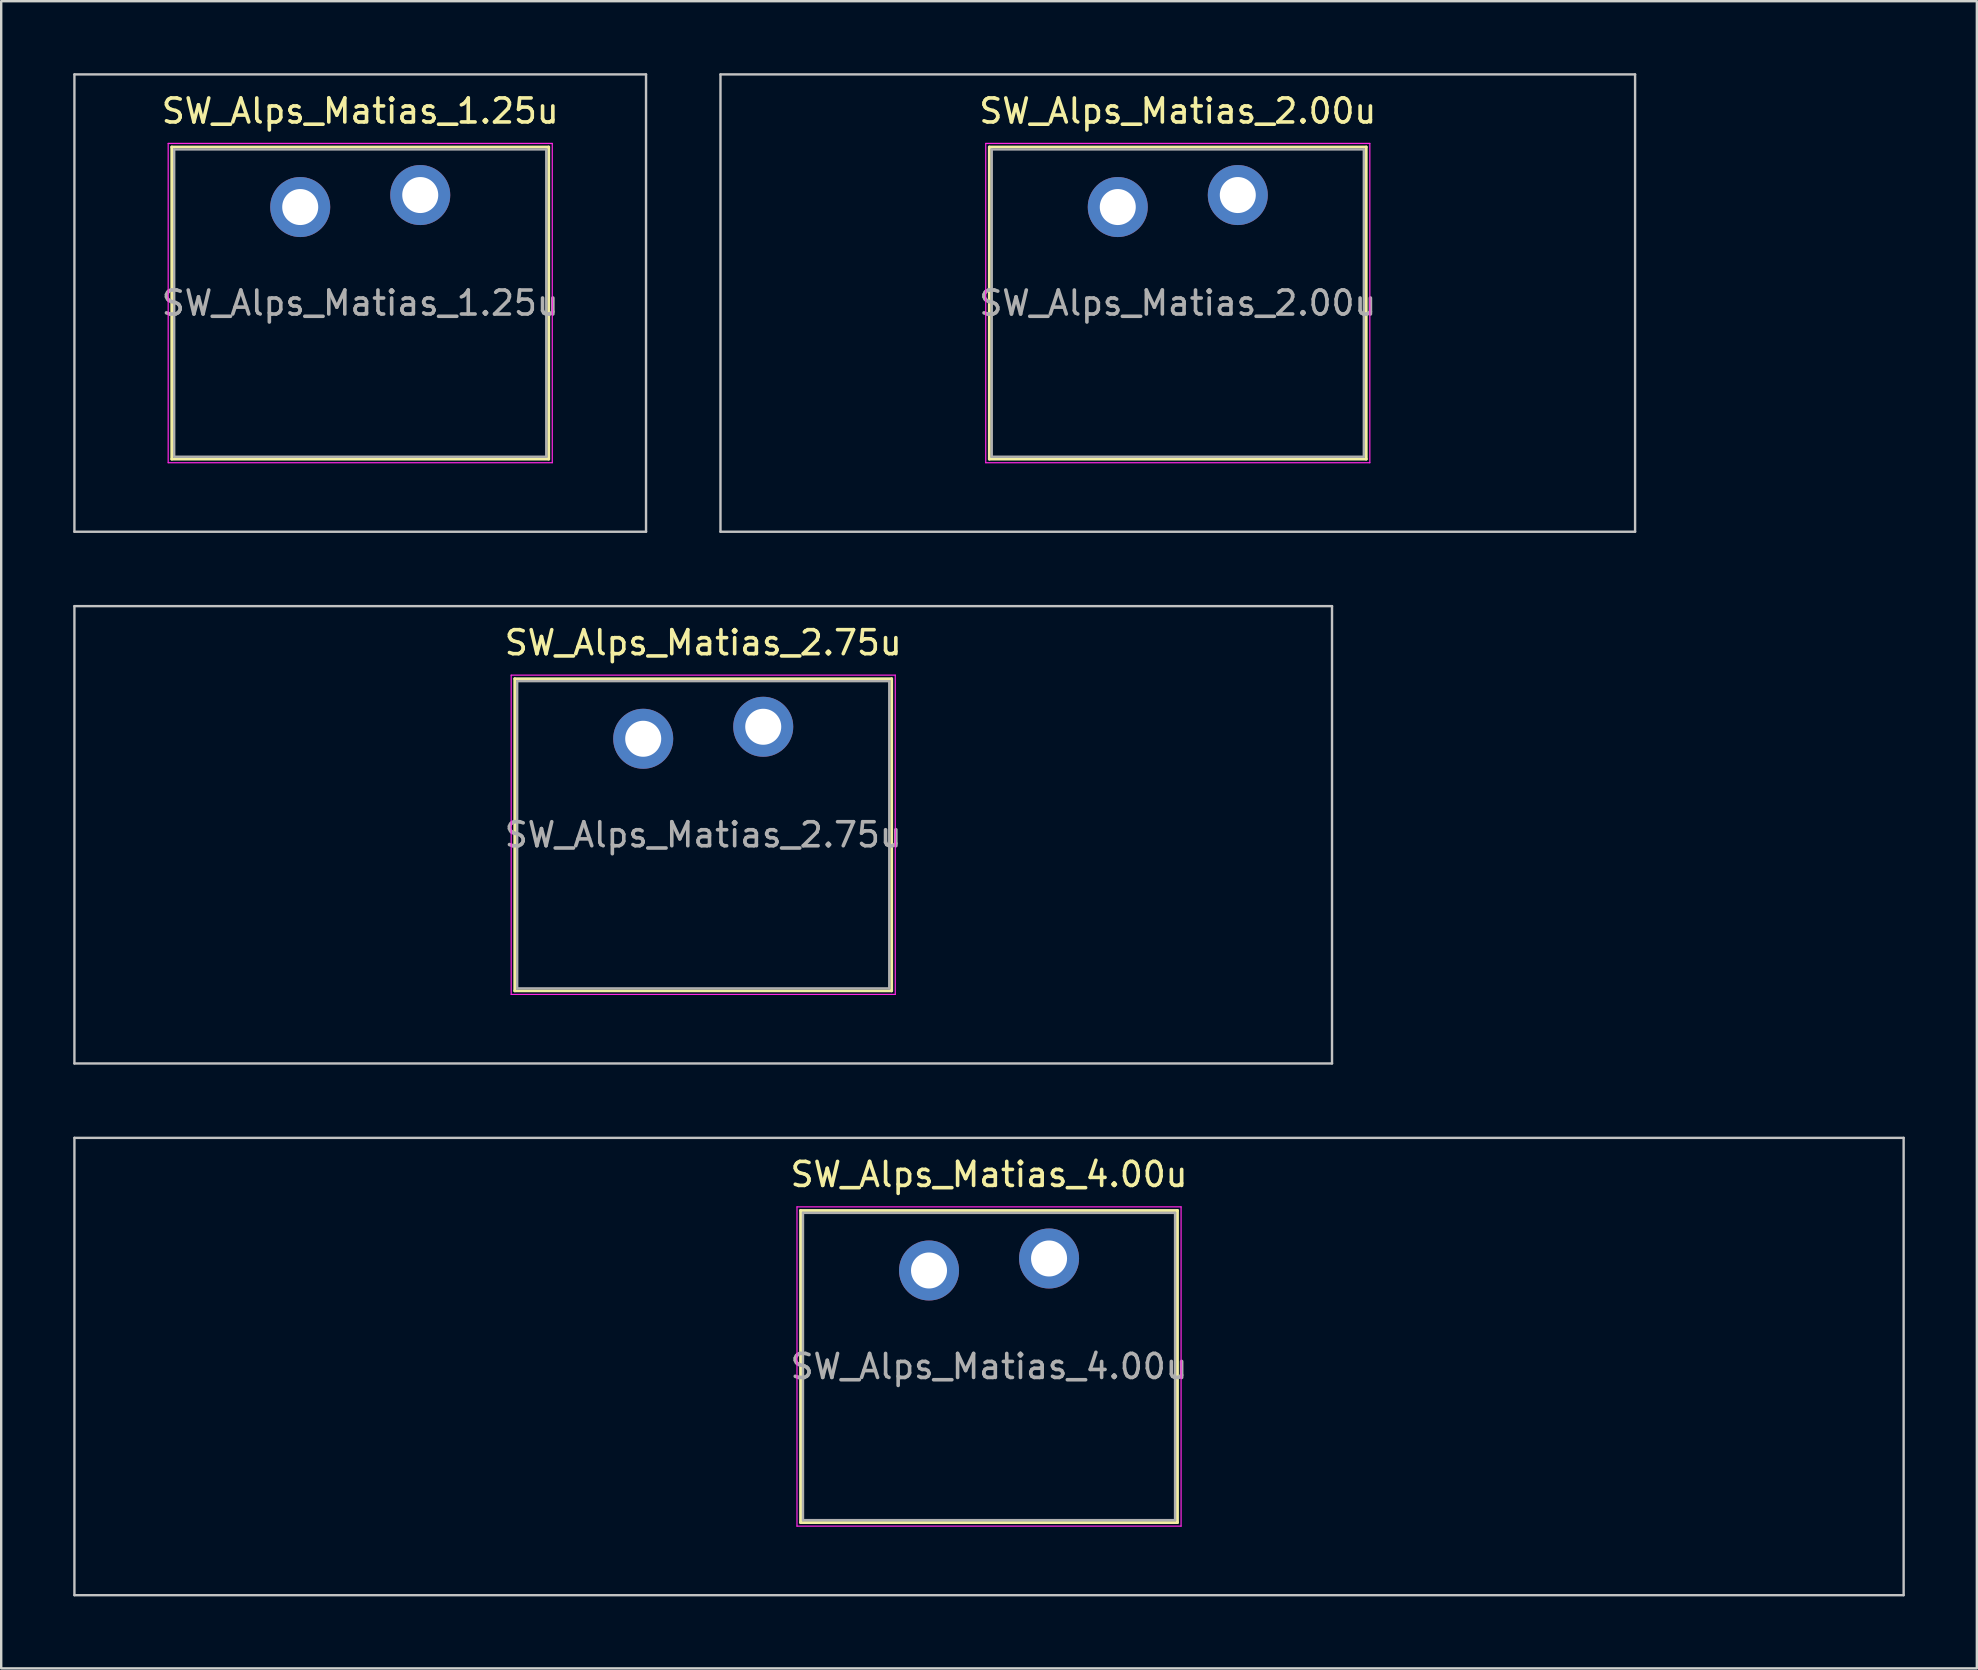
<source format=kicad_pcb>
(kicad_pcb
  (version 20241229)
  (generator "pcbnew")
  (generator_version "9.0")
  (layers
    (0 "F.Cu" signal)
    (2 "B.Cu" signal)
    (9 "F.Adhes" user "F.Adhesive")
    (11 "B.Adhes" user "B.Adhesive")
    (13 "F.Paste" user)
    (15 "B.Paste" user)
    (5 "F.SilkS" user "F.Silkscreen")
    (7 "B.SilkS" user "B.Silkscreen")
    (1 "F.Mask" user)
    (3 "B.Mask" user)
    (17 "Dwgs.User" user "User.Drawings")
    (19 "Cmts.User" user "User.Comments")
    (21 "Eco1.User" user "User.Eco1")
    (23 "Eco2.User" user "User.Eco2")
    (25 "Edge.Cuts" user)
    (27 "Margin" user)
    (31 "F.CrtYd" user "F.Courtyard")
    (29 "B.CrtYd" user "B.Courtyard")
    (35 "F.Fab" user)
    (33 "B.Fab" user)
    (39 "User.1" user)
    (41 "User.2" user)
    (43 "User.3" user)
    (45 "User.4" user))
  (footprint "SW_Alps_Matias_2.75u"
    (layer "F.Cu")
    (at 26.244 31.725)
    (property "Reference" "SW_Alps_Matias_2.75u" (at 0 -8 0) (layer "F.SilkS") (effects (font (size 1 1) (thickness 0.15))))
    (attr through_hole)
    (fp_line (start -7.85 -6.5) (end -7.85 6.5) (stroke (width 0.12) (type solid)) (layer "F.SilkS"))
    (fp_line (start -7.85 6.5) (end 7.85 6.5) (stroke (width 0.12) (type solid)) (layer "F.SilkS"))
    (fp_line (start 7.85 -6.5) (end -7.85 -6.5) (stroke (width 0.12) (type solid)) (layer "F.SilkS"))
    (fp_line (start 7.85 6.5) (end 7.85 -6.5) (stroke (width 0.12) (type solid)) (layer "F.SilkS"))
    (fp_line (start -26.194 -9.525) (end -26.194 9.525) (stroke (width 0.1) (type solid)) (layer "Dwgs.User"))
    (fp_line (start -26.194 9.525) (end 26.194 9.525) (stroke (width 0.1) (type solid)) (layer "Dwgs.User"))
    (fp_line (start 26.194 -9.525) (end -26.194 -9.525) (stroke (width 0.1) (type solid)) (layer "Dwgs.User"))
    (fp_line (start 26.194 9.525) (end 26.194 -9.525) (stroke (width 0.1) (type solid)) (layer "Dwgs.User"))
    (fp_line (start -7.75 -6.4) (end -7.75 6.4) (stroke (width 0.1) (type solid)) (layer "Eco1.User"))
    (fp_line (start -7.75 6.4) (end 7.75 6.4) (stroke (width 0.1) (type solid)) (layer "Eco1.User"))
    (fp_line (start 7.75 -6.4) (end -7.75 -6.4) (stroke (width 0.1) (type solid)) (layer "Eco1.User"))
    (fp_line (start 7.75 6.4) (end 7.75 -6.4) (stroke (width 0.1) (type solid)) (layer "Eco1.User"))
    (fp_line (start -8 -6.65) (end -8 6.65) (stroke (width 0.05) (type solid)) (layer "F.CrtYd"))
    (fp_line (start -8 6.65) (end 8 6.65) (stroke (width 0.05) (type solid)) (layer "F.CrtYd"))
    (fp_line (start 8 -6.65) (end -8 -6.65) (stroke (width 0.05) (type solid)) (layer "F.CrtYd"))
    (fp_line (start 8 6.65) (end 8 -6.65) (stroke (width 0.05) (type solid)) (layer "F.CrtYd"))
    (fp_line (start -7.75 -6.4) (end -7.75 6.4) (stroke (width 0.1) (type solid)) (layer "F.Fab"))
    (fp_line (start -7.75 6.4) (end 7.75 6.4) (stroke (width 0.1) (type solid)) (layer "F.Fab"))
    (fp_line (start 7.75 -6.4) (end -7.75 -6.4) (stroke (width 0.1) (type solid)) (layer "F.Fab"))
    (fp_line (start 7.75 6.4) (end 7.75 -6.4) (stroke (width 0.1) (type solid)) (layer "F.Fab"))
    (fp_text user "${REFERENCE}" (at 0 0 0) (layer "F.Fab") (effects (font (size 1 1) (thickness 0.15))))
    (pad "" smd circle (at -2.5 -4) (size 1.55 1.55) (layers "F.Mask"))
    (pad "" smd circle (at 2.5 -4.5) (size 1.55 1.55) (layers "F.Mask"))
    (pad "1" thru_hole circle (at -2.5 -4) (size 2.5 2.5) (drill 1.5) (layers "*.Cu" "B.Mask"))
    (pad "2" thru_hole circle (at 2.5 -4.5) (size 2.5 2.5) (drill 1.5) (layers "*.Cu" "B.Mask")))
  (footprint "SW_Alps_Matias_2.00u"
    (layer "F.Cu")
    (at 46.013 9.575)
    (property "Reference" "SW_Alps_Matias_2.00u" (at 0 -8 0) (layer "F.SilkS") (effects (font (size 1 1) (thickness 0.15))))
    (attr through_hole)
    (fp_line (start -7.85 -6.5) (end -7.85 6.5) (stroke (width 0.12) (type solid)) (layer "F.SilkS"))
    (fp_line (start -7.85 6.5) (end 7.85 6.5) (stroke (width 0.12) (type solid)) (layer "F.SilkS"))
    (fp_line (start 7.85 -6.5) (end -7.85 -6.5) (stroke (width 0.12) (type solid)) (layer "F.SilkS"))
    (fp_line (start 7.85 6.5) (end 7.85 -6.5) (stroke (width 0.12) (type solid)) (layer "F.SilkS"))
    (fp_line (start -19.05 -9.525) (end -19.05 9.525) (stroke (width 0.1) (type solid)) (layer "Dwgs.User"))
    (fp_line (start -19.05 9.525) (end 19.05 9.525) (stroke (width 0.1) (type solid)) (layer "Dwgs.User"))
    (fp_line (start 19.05 -9.525) (end -19.05 -9.525) (stroke (width 0.1) (type solid)) (layer "Dwgs.User"))
    (fp_line (start 19.05 9.525) (end 19.05 -9.525) (stroke (width 0.1) (type solid)) (layer "Dwgs.User"))
    (fp_line (start -7.75 -6.4) (end -7.75 6.4) (stroke (width 0.1) (type solid)) (layer "Eco1.User"))
    (fp_line (start -7.75 6.4) (end 7.75 6.4) (stroke (width 0.1) (type solid)) (layer "Eco1.User"))
    (fp_line (start 7.75 -6.4) (end -7.75 -6.4) (stroke (width 0.1) (type solid)) (layer "Eco1.User"))
    (fp_line (start 7.75 6.4) (end 7.75 -6.4) (stroke (width 0.1) (type solid)) (layer "Eco1.User"))
    (fp_line (start -8 -6.65) (end -8 6.65) (stroke (width 0.05) (type solid)) (layer "F.CrtYd"))
    (fp_line (start -8 6.65) (end 8 6.65) (stroke (width 0.05) (type solid)) (layer "F.CrtYd"))
    (fp_line (start 8 -6.65) (end -8 -6.65) (stroke (width 0.05) (type solid)) (layer "F.CrtYd"))
    (fp_line (start 8 6.65) (end 8 -6.65) (stroke (width 0.05) (type solid)) (layer "F.CrtYd"))
    (fp_line (start -7.75 -6.4) (end -7.75 6.4) (stroke (width 0.1) (type solid)) (layer "F.Fab"))
    (fp_line (start -7.75 6.4) (end 7.75 6.4) (stroke (width 0.1) (type solid)) (layer "F.Fab"))
    (fp_line (start 7.75 -6.4) (end -7.75 -6.4) (stroke (width 0.1) (type solid)) (layer "F.Fab"))
    (fp_line (start 7.75 6.4) (end 7.75 -6.4) (stroke (width 0.1) (type solid)) (layer "F.Fab"))
    (fp_text user "${REFERENCE}" (at 0 0 0) (layer "F.Fab") (effects (font (size 1 1) (thickness 0.15))))
    (pad "" smd circle (at -2.5 -4) (size 1.55 1.55) (layers "F.Mask"))
    (pad "" smd circle (at 2.5 -4.5) (size 1.55 1.55) (layers "F.Mask"))
    (pad "1" thru_hole circle (at -2.5 -4) (size 2.5 2.5) (drill 1.5) (layers "*.Cu" "B.Mask"))
    (pad "2" thru_hole circle (at 2.5 -4.5) (size 2.5 2.5) (drill 1.5) (layers "*.Cu" "B.Mask")))
  (footprint "SW_Alps_Matias_1.25u"
    (layer "F.Cu")
    (at 11.956 9.575)
    (property "Reference" "SW_Alps_Matias_1.25u" (at 0 -8 0) (layer "F.SilkS") (effects (font (size 1 1) (thickness 0.15))))
    (attr through_hole)
    (fp_line (start -7.85 -6.5) (end -7.85 6.5) (stroke (width 0.12) (type solid)) (layer "F.SilkS"))
    (fp_line (start -7.85 6.5) (end 7.85 6.5) (stroke (width 0.12) (type solid)) (layer "F.SilkS"))
    (fp_line (start 7.85 -6.5) (end -7.85 -6.5) (stroke (width 0.12) (type solid)) (layer "F.SilkS"))
    (fp_line (start 7.85 6.5) (end 7.85 -6.5) (stroke (width 0.12) (type solid)) (layer "F.SilkS"))
    (fp_line (start -11.906 -9.525) (end -11.906 9.525) (stroke (width 0.1) (type solid)) (layer "Dwgs.User"))
    (fp_line (start -11.906 9.525) (end 11.906 9.525) (stroke (width 0.1) (type solid)) (layer "Dwgs.User"))
    (fp_line (start 11.906 -9.525) (end -11.906 -9.525) (stroke (width 0.1) (type solid)) (layer "Dwgs.User"))
    (fp_line (start 11.906 9.525) (end 11.906 -9.525) (stroke (width 0.1) (type solid)) (layer "Dwgs.User"))
    (fp_line (start -7.75 -6.4) (end -7.75 6.4) (stroke (width 0.1) (type solid)) (layer "Eco1.User"))
    (fp_line (start -7.75 6.4) (end 7.75 6.4) (stroke (width 0.1) (type solid)) (layer "Eco1.User"))
    (fp_line (start 7.75 -6.4) (end -7.75 -6.4) (stroke (width 0.1) (type solid)) (layer "Eco1.User"))
    (fp_line (start 7.75 6.4) (end 7.75 -6.4) (stroke (width 0.1) (type solid)) (layer "Eco1.User"))
    (fp_line (start -8 -6.65) (end -8 6.65) (stroke (width 0.05) (type solid)) (layer "F.CrtYd"))
    (fp_line (start -8 6.65) (end 8 6.65) (stroke (width 0.05) (type solid)) (layer "F.CrtYd"))
    (fp_line (start 8 -6.65) (end -8 -6.65) (stroke (width 0.05) (type solid)) (layer "F.CrtYd"))
    (fp_line (start 8 6.65) (end 8 -6.65) (stroke (width 0.05) (type solid)) (layer "F.CrtYd"))
    (fp_line (start -7.75 -6.4) (end -7.75 6.4) (stroke (width 0.1) (type solid)) (layer "F.Fab"))
    (fp_line (start -7.75 6.4) (end 7.75 6.4) (stroke (width 0.1) (type solid)) (layer "F.Fab"))
    (fp_line (start 7.75 -6.4) (end -7.75 -6.4) (stroke (width 0.1) (type solid)) (layer "F.Fab"))
    (fp_line (start 7.75 6.4) (end 7.75 -6.4) (stroke (width 0.1) (type solid)) (layer "F.Fab"))
    (fp_text user "${REFERENCE}" (at 0 0 0) (layer "F.Fab") (effects (font (size 1 1) (thickness 0.15))))
    (pad "" smd circle (at -2.5 -4) (size 1.55 1.55) (layers "F.Mask"))
    (pad "" smd circle (at 2.5 -4.5) (size 1.55 1.55) (layers "F.Mask"))
    (pad "1" thru_hole circle (at -2.5 -4) (size 2.5 2.5) (drill 1.5) (layers "*.Cu" "B.Mask"))
    (pad "2" thru_hole circle (at 2.5 -4.5) (size 2.5 2.5) (drill 1.5) (layers "*.Cu" "B.Mask")))
  (footprint "SW_Alps_Matias_4.00u"
    (layer "F.Cu")
    (at 38.15 53.875)
    (property "Reference" "SW_Alps_Matias_4.00u" (at 0 -8 0) (layer "F.SilkS") (effects (font (size 1 1) (thickness 0.15))))
    (attr through_hole)
    (fp_line (start -7.85 -6.5) (end -7.85 6.5) (stroke (width 0.12) (type solid)) (layer "F.SilkS"))
    (fp_line (start -7.85 6.5) (end 7.85 6.5) (stroke (width 0.12) (type solid)) (layer "F.SilkS"))
    (fp_line (start 7.85 -6.5) (end -7.85 -6.5) (stroke (width 0.12) (type solid)) (layer "F.SilkS"))
    (fp_line (start 7.85 6.5) (end 7.85 -6.5) (stroke (width 0.12) (type solid)) (layer "F.SilkS"))
    (fp_line (start -38.1 -9.525) (end -38.1 9.525) (stroke (width 0.1) (type solid)) (layer "Dwgs.User"))
    (fp_line (start -38.1 9.525) (end 38.1 9.525) (stroke (width 0.1) (type solid)) (layer "Dwgs.User"))
    (fp_line (start 38.1 -9.525) (end -38.1 -9.525) (stroke (width 0.1) (type solid)) (layer "Dwgs.User"))
    (fp_line (start 38.1 9.525) (end 38.1 -9.525) (stroke (width 0.1) (type solid)) (layer "Dwgs.User"))
    (fp_line (start -7.75 -6.4) (end -7.75 6.4) (stroke (width 0.1) (type solid)) (layer "Eco1.User"))
    (fp_line (start -7.75 6.4) (end 7.75 6.4) (stroke (width 0.1) (type solid)) (layer "Eco1.User"))
    (fp_line (start 7.75 -6.4) (end -7.75 -6.4) (stroke (width 0.1) (type solid)) (layer "Eco1.User"))
    (fp_line (start 7.75 6.4) (end 7.75 -6.4) (stroke (width 0.1) (type solid)) (layer "Eco1.User"))
    (fp_line (start -8 -6.65) (end -8 6.65) (stroke (width 0.05) (type solid)) (layer "F.CrtYd"))
    (fp_line (start -8 6.65) (end 8 6.65) (stroke (width 0.05) (type solid)) (layer "F.CrtYd"))
    (fp_line (start 8 -6.65) (end -8 -6.65) (stroke (width 0.05) (type solid)) (layer "F.CrtYd"))
    (fp_line (start 8 6.65) (end 8 -6.65) (stroke (width 0.05) (type solid)) (layer "F.CrtYd"))
    (fp_line (start -7.75 -6.4) (end -7.75 6.4) (stroke (width 0.1) (type solid)) (layer "F.Fab"))
    (fp_line (start -7.75 6.4) (end 7.75 6.4) (stroke (width 0.1) (type solid)) (layer "F.Fab"))
    (fp_line (start 7.75 -6.4) (end -7.75 -6.4) (stroke (width 0.1) (type solid)) (layer "F.Fab"))
    (fp_line (start 7.75 6.4) (end 7.75 -6.4) (stroke (width 0.1) (type solid)) (layer "F.Fab"))
    (fp_text user "${REFERENCE}" (at 0 0 0) (layer "F.Fab") (effects (font (size 1 1) (thickness 0.15))))
    (pad "" smd circle (at -2.5 -4) (size 1.55 1.55) (layers "F.Mask"))
    (pad "" smd circle (at 2.5 -4.5) (size 1.55 1.55) (layers "F.Mask"))
    (pad "1" thru_hole circle (at -2.5 -4) (size 2.5 2.5) (drill 1.5) (layers "*.Cu" "B.Mask"))
    (pad "2" thru_hole circle (at 2.5 -4.5) (size 2.5 2.5) (drill 1.5) (layers "*.Cu" "B.Mask")))
  (gr_rect
    (start -3 -3)
    (end 79.3 66.45)
    (stroke (width 0.1) (type default))
    (fill no)
    (layer "Edge.Cuts")))
</source>
